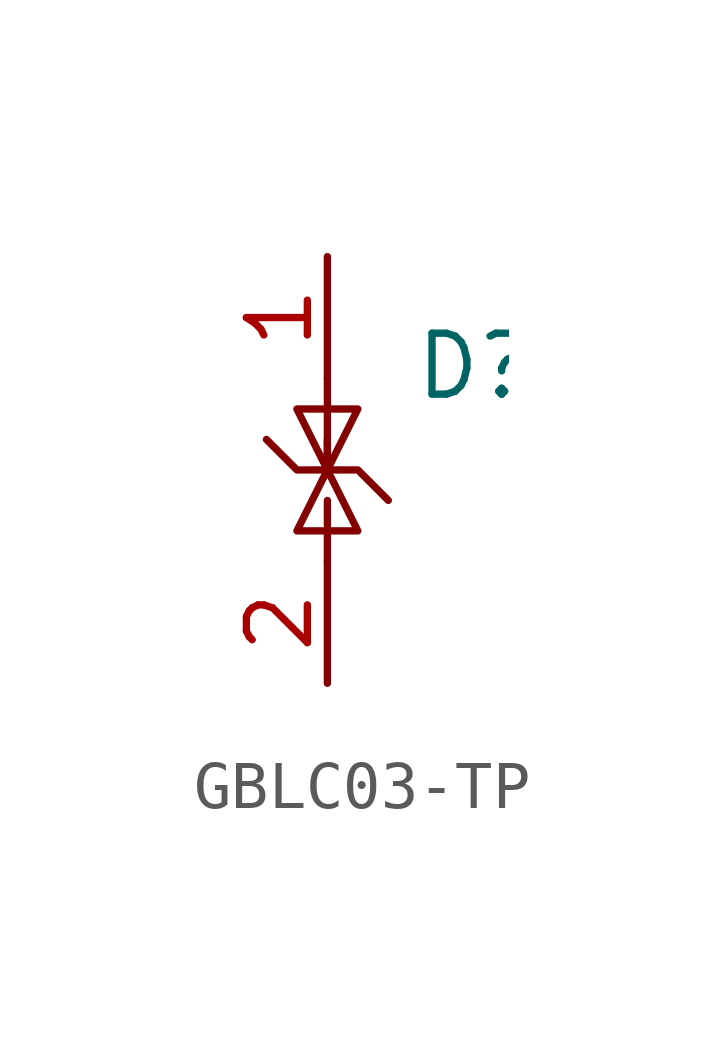
<source format=kicad_sym>
(kicad_symbol_lib
  (version 20231120)
  (generator "kicad_symbol_editor")
  (generator_version "8.0")
  (symbol "GBLC03-TP"
    (pin_names hide)
    (property "Reference" "D"
      (at -0.762 2.794 0)
      (effects (font (size 1.27 1.27)) (justify left)))
    (symbol "GBLC03-TP_0_0"
      (pin passive line (at -2.54 -3.81 90) (length 2.54) (name "A" (effects (font (size 1.27 1.27)))) (number "2" (effects (font (size 1.27 1.27))))))
    (symbol "GBLC03-TP_0_1"
      (polyline (pts (xy -2.54 0) (xy -2.54 -1.27)) (stroke (width 0) (type default)) (fill (type none)))
      (polyline (pts (xy -2.54 2.54) (xy -2.54 0.635)) (stroke (width 0) (type default)) (fill (type none)))
      (polyline (pts (xy -3.81 1.27) (xy -3.175 0.635) (xy -1.905 0.635) (xy -1.27 0)) (stroke (width 0) (type default)) (fill (type none)))
      (polyline (pts (xy -2.54 0.635) (xy -1.905 -0.635) (xy -3.175 -0.635) (xy -2.54 0.635)) (stroke (width 0) (type default)) (fill (type none)))
      (polyline (pts (xy -2.54 0.635) (xy -3.175 1.905) (xy -1.905 1.905) (xy -2.54 0.635) (xy -2.54 1.27)) (stroke (width 0) (type default)) (fill (type none))))
    (symbol "GBLC03-TP_1_1"
      (pin passive line (at -2.54 5.08 270) (length 2.54) (name "K" (effects (font (size 1.27 1.27)))) (number "1" (effects (font (size 1.27 1.27))))))))
</source>
